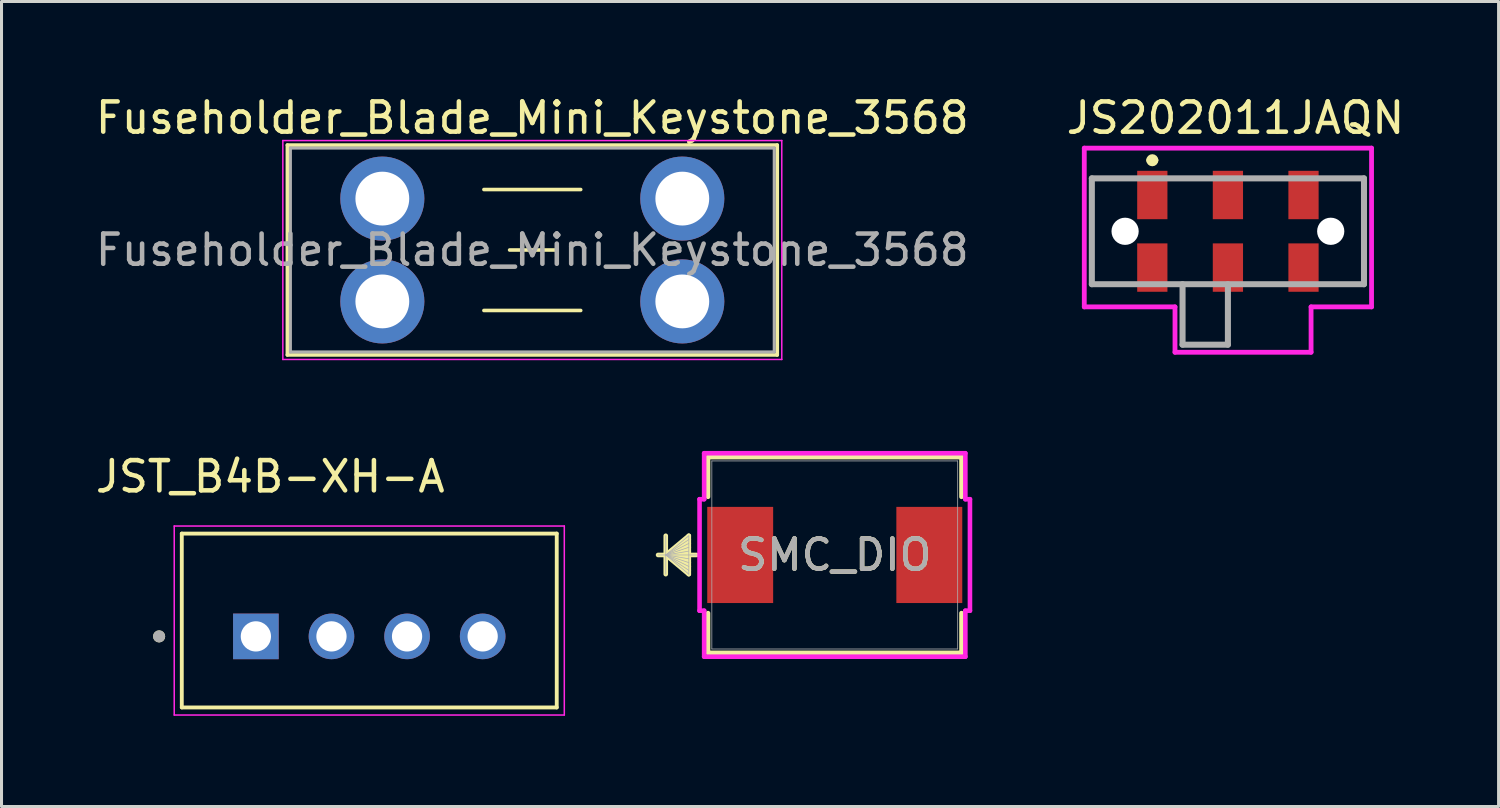
<source format=kicad_pcb>
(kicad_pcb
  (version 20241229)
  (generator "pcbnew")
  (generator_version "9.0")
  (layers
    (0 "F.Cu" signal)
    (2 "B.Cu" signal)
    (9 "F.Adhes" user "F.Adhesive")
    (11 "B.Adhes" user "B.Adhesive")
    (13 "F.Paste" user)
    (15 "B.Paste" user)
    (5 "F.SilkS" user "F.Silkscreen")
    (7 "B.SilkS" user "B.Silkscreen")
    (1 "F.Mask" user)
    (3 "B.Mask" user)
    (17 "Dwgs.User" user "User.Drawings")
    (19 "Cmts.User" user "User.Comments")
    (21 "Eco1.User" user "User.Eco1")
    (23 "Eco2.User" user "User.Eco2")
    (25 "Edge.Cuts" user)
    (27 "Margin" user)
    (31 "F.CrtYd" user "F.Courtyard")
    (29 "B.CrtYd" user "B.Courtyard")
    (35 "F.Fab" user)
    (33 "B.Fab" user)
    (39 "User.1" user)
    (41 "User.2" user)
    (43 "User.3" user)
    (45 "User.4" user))
  (footprint "SMC_DIO"
    (layer "F.Cu")
    (at 24.556 15.303)
    (property "Reference" "SMC_DIO" (at 0 0 0) (unlocked yes) (layer "F.SilkS") (effects (font (size 1 1) (thickness 0.15))))
    (attr smd)
    (fp_line (start -5.589 -0.635) (end -5.589 0.635) (stroke (width 0.152) (type solid)) (layer "F.SilkS"))
    (fp_line (start -5.589 0) (end -4.827 -0.635) (stroke (width 0.152) (type solid)) (layer "F.SilkS"))
    (fp_line (start -5.589 0) (end -4.827 -0.508) (stroke (width 0.152) (type solid)) (layer "F.SilkS"))
    (fp_line (start -5.589 0) (end -4.827 -0.381) (stroke (width 0.152) (type solid)) (layer "F.SilkS"))
    (fp_line (start -5.589 0) (end -4.827 -0.254) (stroke (width 0.152) (type solid)) (layer "F.SilkS"))
    (fp_line (start -5.589 0) (end -4.827 -0.127) (stroke (width 0.152) (type solid)) (layer "F.SilkS"))
    (fp_line (start -5.589 0) (end -4.827 0.127) (stroke (width 0.152) (type solid)) (layer "F.SilkS"))
    (fp_line (start -5.589 0) (end -4.827 0.254) (stroke (width 0.152) (type solid)) (layer "F.SilkS"))
    (fp_line (start -5.589 0) (end -4.827 0.381) (stroke (width 0.152) (type solid)) (layer "F.SilkS"))
    (fp_line (start -5.589 0) (end -4.827 0.508) (stroke (width 0.152) (type solid)) (layer "F.SilkS"))
    (fp_line (start -5.589 0) (end -4.827 0.635) (stroke (width 0.152) (type solid)) (layer "F.SilkS"))
    (fp_line (start -4.827 -0.635) (end -4.827 0.635) (stroke (width 0.152) (type solid)) (layer "F.SilkS"))
    (fp_line (start -4.573 0) (end -5.843 0) (stroke (width 0.152) (type solid)) (layer "F.SilkS"))
    (fp_line (start -4.192 -3.237) (end -4.192 -1.923) (stroke (width 0.152) (type solid)) (layer "F.SilkS"))
    (fp_line (start -4.192 1.923) (end -4.192 3.237) (stroke (width 0.152) (type solid)) (layer "F.SilkS"))
    (fp_line (start -4.192 3.237) (end 4.192 3.237) (stroke (width 0.152) (type solid)) (layer "F.SilkS"))
    (fp_line (start 4.192 -3.237) (end -4.192 -3.237) (stroke (width 0.152) (type solid)) (layer "F.SilkS"))
    (fp_line (start 4.192 -1.923) (end 4.192 -3.237) (stroke (width 0.152) (type solid)) (layer "F.SilkS"))
    (fp_line (start 4.192 3.237) (end 4.192 1.923) (stroke (width 0.152) (type solid)) (layer "F.SilkS"))
    (fp_line (start -4.471 -1.844) (end -4.319 -1.844) (stroke (width 0.152) (type solid)) (layer "F.CrtYd"))
    (fp_line (start -4.471 1.844) (end -4.471 -1.844) (stroke (width 0.152) (type solid)) (layer "F.CrtYd"))
    (fp_line (start -4.319 -3.364) (end 4.319 -3.364) (stroke (width 0.152) (type solid)) (layer "F.CrtYd"))
    (fp_line (start -4.319 -1.844) (end -4.319 -3.364) (stroke (width 0.152) (type solid)) (layer "F.CrtYd"))
    (fp_line (start -4.319 1.844) (end -4.471 1.844) (stroke (width 0.152) (type solid)) (layer "F.CrtYd"))
    (fp_line (start -4.319 3.364) (end -4.319 1.844) (stroke (width 0.152) (type solid)) (layer "F.CrtYd"))
    (fp_line (start 4.319 -3.364) (end 4.319 -1.844) (stroke (width 0.152) (type solid)) (layer "F.CrtYd"))
    (fp_line (start 4.319 -1.844) (end 4.471 -1.844) (stroke (width 0.152) (type solid)) (layer "F.CrtYd"))
    (fp_line (start 4.319 1.844) (end 4.319 3.364) (stroke (width 0.152) (type solid)) (layer "F.CrtYd"))
    (fp_line (start 4.319 3.364) (end -4.319 3.364) (stroke (width 0.152) (type solid)) (layer "F.CrtYd"))
    (fp_line (start 4.471 -1.844) (end 4.471 1.844) (stroke (width 0.152) (type solid)) (layer "F.CrtYd"))
    (fp_line (start 4.471 1.844) (end 4.319 1.844) (stroke (width 0.152) (type solid)) (layer "F.CrtYd"))
    (fp_line (start -5.589 -0.635) (end -5.589 0.635) (stroke (width 0.025) (type solid)) (layer "F.Fab"))
    (fp_line (start -5.589 0) (end -4.827 -0.635) (stroke (width 0.025) (type solid)) (layer "F.Fab"))
    (fp_line (start -5.589 0) (end -4.827 -0.508) (stroke (width 0.025) (type solid)) (layer "F.Fab"))
    (fp_line (start -5.589 0) (end -4.827 -0.381) (stroke (width 0.025) (type solid)) (layer "F.Fab"))
    (fp_line (start -5.589 0) (end -4.827 -0.254) (stroke (width 0.025) (type solid)) (layer "F.Fab"))
    (fp_line (start -5.589 0) (end -4.827 -0.127) (stroke (width 0.025) (type solid)) (layer "F.Fab"))
    (fp_line (start -5.589 0) (end -4.827 0.127) (stroke (width 0.025) (type solid)) (layer "F.Fab"))
    (fp_line (start -5.589 0) (end -4.827 0.254) (stroke (width 0.025) (type solid)) (layer "F.Fab"))
    (fp_line (start -5.589 0) (end -4.827 0.381) (stroke (width 0.025) (type solid)) (layer "F.Fab"))
    (fp_line (start -5.589 0) (end -4.827 0.508) (stroke (width 0.025) (type solid)) (layer "F.Fab"))
    (fp_line (start -5.589 0) (end -4.827 0.635) (stroke (width 0.025) (type solid)) (layer "F.Fab"))
    (fp_line (start -4.827 -0.635) (end -4.827 0.635) (stroke (width 0.025) (type solid)) (layer "F.Fab"))
    (fp_line (start -4.573 0) (end -5.843 0) (stroke (width 0.025) (type solid)) (layer "F.Fab"))
    (fp_line (start -4.065 -3.11) (end -4.065 3.11) (stroke (width 0.025) (type solid)) (layer "F.Fab"))
    (fp_line (start -4.065 3.11) (end 4.065 3.11) (stroke (width 0.025) (type solid)) (layer "F.Fab"))
    (fp_line (start 4.065 -3.11) (end -4.065 -3.11) (stroke (width 0.025) (type solid)) (layer "F.Fab"))
    (fp_line (start 4.065 3.11) (end 4.065 -3.11) (stroke (width 0.025) (type solid)) (layer "F.Fab"))
    (fp_text user "${REFERENCE}" (at 0 0 0) (unlocked yes) (layer "F.Fab") (effects (font (size 1 1) (thickness 0.15))))
    (pad "1" smd rect (at -3.127 0 90) (size 3.18 2.18) (layers "F.Cu" "F.Mask" "F.Paste"))
    (pad "2" smd rect (at 3.127 0 90) (size 3.18 2.18) (layers "F.Cu" "F.Mask" "F.Paste")))
  (footprint "JST_B4B-XH-A"
    (layer "F.Cu")
    (at 7.912 17.471)
    (property "Reference" "JST_B4B-XH-A" (at -2.025 -4.76 0) (layer "F.SilkS") (effects (font (size 1 1) (thickness 0.15))))
    (attr through_hole)
    (fp_line (start -4.95 -2.875) (end 7.45 -2.875) (stroke (width 0.127) (type solid)) (layer "F.SilkS"))
    (fp_line (start -4.95 2.875) (end -4.95 -2.875) (stroke (width 0.127) (type solid)) (layer "F.SilkS"))
    (fp_line (start 7.45 -2.875) (end 7.45 2.875) (stroke (width 0.127) (type solid)) (layer "F.SilkS"))
    (fp_line (start 7.45 2.875) (end -4.95 2.875) (stroke (width 0.127) (type solid)) (layer "F.SilkS"))
    (fp_circle (center -5.7 0.525) (end -5.6 0.525) (stroke (width 0.2) (type solid)) (fill no) (layer "F.SilkS"))
    (fp_line (start -5.2 -3.125) (end -5.2 3.125) (stroke (width 0.05) (type solid)) (layer "F.CrtYd"))
    (fp_line (start -5.2 3.125) (end 7.7 3.125) (stroke (width 0.05) (type solid)) (layer "F.CrtYd"))
    (fp_line (start 7.7 -3.125) (end -5.2 -3.125) (stroke (width 0.05) (type solid)) (layer "F.CrtYd"))
    (fp_line (start 7.7 3.125) (end 7.7 -3.125) (stroke (width 0.05) (type solid)) (layer "F.CrtYd"))
    (fp_circle (center -5.7 0.525) (end -5.6 0.525) (stroke (width 0.2) (type solid)) (fill no) (layer "F.Fab"))
    (pad "1" thru_hole rect (at -2.5 0.525) (size 1.508 1.508) (drill 1) (layers "*.Cu" "*.Mask"))
    (pad "2" thru_hole circle (at 0 0.525) (size 1.508 1.508) (drill 1) (layers "*.Cu" "*.Mask"))
    (pad "3" thru_hole circle (at 2.5 0.525) (size 1.508 1.508) (drill 1) (layers "*.Cu" "*.Mask"))
    (pad "4" thru_hole circle (at 5 0.525) (size 1.508 1.508) (drill 1) (layers "*.Cu" "*.Mask")))
  (footprint "Fuseholder_Blade_Mini_Keystone_3568"
    (layer "F.Cu")
    (at 9.594 3.518)
    (property "Reference" "Fuseholder_Blade_Mini_Keystone_3568" (at 4.96 -2.67 0) (layer "F.SilkS") (effects (font (size 1 1) (thickness 0.15))))
    (attr through_hole)
    (fp_line (start -3.14 -1.77) (end -3.14 5.17) (stroke (width 0.12) (type solid)) (layer "F.SilkS"))
    (fp_line (start -3.14 5.17) (end 13.06 5.17) (stroke (width 0.12) (type solid)) (layer "F.SilkS"))
    (fp_line (start 3.36 -0.3) (end 6.56 -0.3) (stroke (width 0.12) (type solid)) (layer "F.SilkS"))
    (fp_line (start 4.21 1.7) (end 5.71 1.7) (stroke (width 0.12) (type solid)) (layer "F.SilkS"))
    (fp_line (start 6.56 3.7) (end 3.36 3.7) (stroke (width 0.12) (type solid)) (layer "F.SilkS"))
    (fp_line (start 13.06 -1.77) (end -3.14 -1.77) (stroke (width 0.12) (type solid)) (layer "F.SilkS"))
    (fp_line (start 13.06 5.17) (end 13.06 -1.77) (stroke (width 0.12) (type solid)) (layer "F.SilkS"))
    (fp_line (start -3.29 -1.92) (end -3.29 5.32) (stroke (width 0.05) (type solid)) (layer "F.CrtYd"))
    (fp_line (start -3.29 5.32) (end 13.21 5.32) (stroke (width 0.05) (type solid)) (layer "F.CrtYd"))
    (fp_line (start 13.21 -1.92) (end -3.29 -1.92) (stroke (width 0.05) (type solid)) (layer "F.CrtYd"))
    (fp_line (start 13.21 5.32) (end 13.21 -1.92) (stroke (width 0.05) (type solid)) (layer "F.CrtYd"))
    (fp_line (start -3.04 -1.67) (end -3.04 5.07) (stroke (width 0.1) (type solid)) (layer "F.Fab"))
    (fp_line (start -3.04 5.07) (end 12.96 5.07) (stroke (width 0.1) (type solid)) (layer "F.Fab"))
    (fp_line (start 12.96 -1.67) (end -3.04 -1.67) (stroke (width 0.1) (type solid)) (layer "F.Fab"))
    (fp_line (start 12.96 5.07) (end 12.96 -1.67) (stroke (width 0.1) (type solid)) (layer "F.Fab"))
    (fp_text user "${REFERENCE}" (at 4.96 1.7 0) (layer "F.Fab") (effects (font (size 1 1) (thickness 0.15))))
    (pad "1" thru_hole circle (at 0 0) (size 2.78 2.78) (drill 1.78) (layers "*.Cu" "*.Mask"))
    (pad "1" thru_hole circle (at 0 3.4) (size 2.78 2.78) (drill 1.78) (layers "*.Cu" "*.Mask"))
    (pad "2" thru_hole circle (at 9.92 0) (size 2.78 2.78) (drill 1.78) (layers "*.Cu" "*.Mask"))
    (pad "2" thru_hole circle (at 9.92 3.4) (size 2.78 2.78) (drill 1.78) (layers "*.Cu" "*.Mask")))
  (footprint "JS202011JAQN"
    (layer "F.Cu")
    (at 37.558 4.599)
    (property "Reference" "JS202011JAQN" (at 0.25 -3.75 0) (layer "F.SilkS") (effects (font (size 1.001 1.001) (thickness 0.15))))
    (attr smd)
    (fp_line (start -4.5 -1.75) (end -4.5 1.75) (stroke (width 0.1) (type solid)) (layer "F.SilkS"))
    (fp_line (start -4.5 1.75) (end -3.5 1.75) (stroke (width 0.1) (type solid)) (layer "F.SilkS"))
    (fp_line (start -3.5 -1.75) (end -4.5 -1.75) (stroke (width 0.1) (type solid)) (layer "F.SilkS"))
    (fp_line (start -1.5 1.75) (end -1.5 3.75) (stroke (width 0.1) (type solid)) (layer "F.SilkS"))
    (fp_line (start -1.5 3.75) (end 0 3.75) (stroke (width 0.1) (type solid)) (layer "F.SilkS"))
    (fp_line (start 0 3.75) (end 0 2.25) (stroke (width 0.1) (type solid)) (layer "F.SilkS"))
    (fp_line (start 3.5 -1.75) (end 4.5 -1.75) (stroke (width 0.1) (type solid)) (layer "F.SilkS"))
    (fp_line (start 4.5 -1.75) (end 4.5 1.75) (stroke (width 0.1) (type solid)) (layer "F.SilkS"))
    (fp_line (start 4.5 1.75) (end 3.5 1.75) (stroke (width 0.1) (type solid)) (layer "F.SilkS"))
    (fp_arc (start -2.6 -2.35) (mid -2.5 -2.45) (end -2.4 -2.35) (stroke (width 0.2) (type solid)) (layer "F.SilkS"))
    (fp_arc (start -2.4 -2.35) (mid -2.5 -2.25) (end -2.6 -2.35) (stroke (width 0.2) (type solid)) (layer "F.SilkS"))
    (fp_line (start -4.75 -2.75) (end 4.75 -2.75) (stroke (width 0.159) (type default)) (layer "F.CrtYd"))
    (fp_line (start -4.75 2.5) (end -4.75 -2.75) (stroke (width 0.159) (type default)) (layer "F.CrtYd"))
    (fp_line (start -1.75 2.5) (end -4.75 2.5) (stroke (width 0.159) (type default)) (layer "F.CrtYd"))
    (fp_line (start -1.75 4) (end -1.75 2.5) (stroke (width 0.159) (type default)) (layer "F.CrtYd"))
    (fp_line (start 2.75 2.5) (end 2.75 4) (stroke (width 0.159) (type default)) (layer "F.CrtYd"))
    (fp_line (start 2.75 4) (end -1.75 4) (stroke (width 0.159) (type default)) (layer "F.CrtYd"))
    (fp_line (start 4.75 -2.75) (end 4.75 2.5) (stroke (width 0.159) (type default)) (layer "F.CrtYd"))
    (fp_line (start 4.75 2.5) (end 2.75 2.5) (stroke (width 0.159) (type default)) (layer "F.CrtYd"))
    (fp_line (start -4.5 -1.75) (end 4.5 -1.75) (stroke (width 0.2) (type solid)) (layer "F.Fab"))
    (fp_line (start -4.5 1.75) (end -4.5 -1.75) (stroke (width 0.2) (type solid)) (layer "F.Fab"))
    (fp_line (start -1.5 3.75) (end -1.5 1.75) (stroke (width 0.2) (type solid)) (layer "F.Fab"))
    (fp_line (start 0 1.75) (end 0 3.75) (stroke (width 0.2) (type solid)) (layer "F.Fab"))
    (fp_line (start 0 3.75) (end -1.5 3.75) (stroke (width 0.2) (type solid)) (layer "F.Fab"))
    (fp_line (start 4.5 -1.75) (end 4.5 1.75) (stroke (width 0.2) (type solid)) (layer "F.Fab"))
    (fp_line (start 4.5 1.75) (end -4.5 1.75) (stroke (width 0.2) (type solid)) (layer "F.Fab"))
    (pad "" np_thru_hole circle (at -3.4 0) (size 0.9 0.9) (drill 0.9) (layers "*.Cu" "*.Mask"))
    (pad "" np_thru_hole circle (at 3.4 0) (size 0.9 0.9) (drill 0.9) (layers "*.Cu" "*.Mask"))
    (pad "1" smd rect (at -2.5 -1.2 90) (size 1.6 1) (layers "F.Cu" "F.Mask" "F.Paste"))
    (pad "2" smd rect (at 0 -1.2 90) (size 1.6 1) (layers "F.Cu" "F.Mask" "F.Paste"))
    (pad "3" smd rect (at 2.5 -1.2 90) (size 1.6 1) (layers "F.Cu" "F.Mask" "F.Paste"))
    (pad "4" smd rect (at -2.5 1.2 90) (size 1.6 1) (layers "F.Cu" "F.Mask" "F.Paste"))
    (pad "5" smd rect (at 0 1.2 90) (size 1.6 1) (layers "F.Cu" "F.Mask" "F.Paste"))
    (pad "6" smd rect (at 2.5 1.2 90) (size 1.6 1) (layers "F.Cu" "F.Mask" "F.Paste")))
  (gr_rect
    (start -3 -3)
    (end 46.509 23.622)
    (stroke (width 0.1) (type default))
    (fill no)
    (layer "Edge.Cuts")))
</source>
